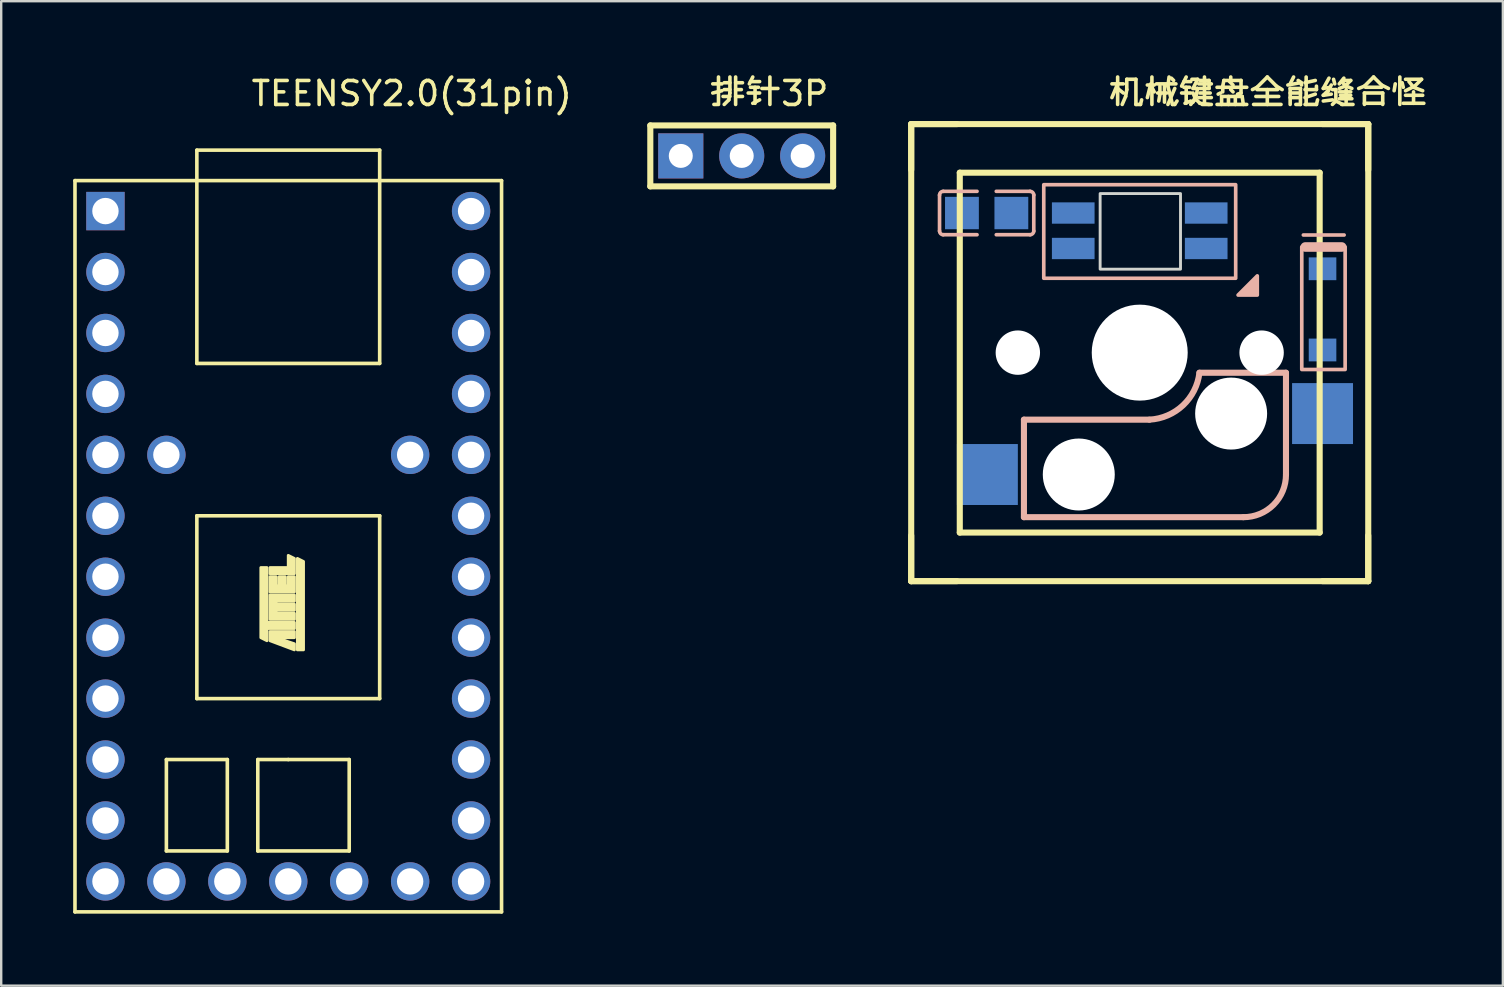
<source format=kicad_pcb>
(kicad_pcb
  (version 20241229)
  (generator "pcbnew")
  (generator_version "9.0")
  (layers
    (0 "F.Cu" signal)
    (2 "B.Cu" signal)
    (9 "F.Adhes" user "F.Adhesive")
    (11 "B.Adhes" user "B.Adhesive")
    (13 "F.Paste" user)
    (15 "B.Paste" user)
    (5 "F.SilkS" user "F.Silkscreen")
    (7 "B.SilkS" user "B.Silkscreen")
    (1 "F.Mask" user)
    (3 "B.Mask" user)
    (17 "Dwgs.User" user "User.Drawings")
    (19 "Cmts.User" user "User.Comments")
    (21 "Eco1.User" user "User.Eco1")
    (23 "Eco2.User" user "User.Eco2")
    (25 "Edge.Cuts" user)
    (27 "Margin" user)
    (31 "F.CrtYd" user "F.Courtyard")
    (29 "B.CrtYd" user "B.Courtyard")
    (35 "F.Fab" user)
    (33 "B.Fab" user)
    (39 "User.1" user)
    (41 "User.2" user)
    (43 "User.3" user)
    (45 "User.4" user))
  (footprint "TEENSY2.0(31pin)"
    (layer "F.Cu")
    (at 1.345 5.748)
    (property "Reference" "TEENSY2.0(31pin)" (at 6 -4.9 0) (layer "F.SilkS") (effects (font (size 1 1) (thickness 0.15)) (justify left)))
    (attr through_hole)
    (fp_line (start -1.27 -1.27) (end 16.51 -1.27) (stroke (width 0.15) (type solid)) (layer "F.SilkS"))
    (fp_line (start -1.27 29.21) (end -1.27 -1.27) (stroke (width 0.15) (type solid)) (layer "F.SilkS"))
    (fp_line (start 2.54 22.86) (end 2.54 26.67) (stroke (width 0.15) (type solid)) (layer "F.SilkS"))
    (fp_line (start 2.54 26.67) (end 5.08 26.67) (stroke (width 0.15) (type solid)) (layer "F.SilkS"))
    (fp_line (start 3.81 -2.54) (end 11.43 -2.54) (stroke (width 0.15) (type solid)) (layer "F.SilkS"))
    (fp_line (start 3.81 6.35) (end 3.81 -2.54) (stroke (width 0.15) (type solid)) (layer "F.SilkS"))
    (fp_line (start 3.81 12.7) (end 3.81 20.32) (stroke (width 0.15) (type solid)) (layer "F.SilkS"))
    (fp_line (start 3.81 20.32) (end 11.43 20.32) (stroke (width 0.15) (type solid)) (layer "F.SilkS"))
    (fp_line (start 5.08 22.86) (end 2.54 22.86) (stroke (width 0.15) (type solid)) (layer "F.SilkS"))
    (fp_line (start 5.08 26.67) (end 5.08 22.86) (stroke (width 0.15) (type solid)) (layer "F.SilkS"))
    (fp_line (start 6.35 22.86) (end 6.35 26.67) (stroke (width 0.15) (type solid)) (layer "F.SilkS"))
    (fp_line (start 6.35 26.67) (end 10.16 26.67) (stroke (width 0.15) (type solid)) (layer "F.SilkS"))
    (fp_line (start 7.62 22.86) (end 6.35 22.86) (stroke (width 0.15) (type solid)) (layer "F.SilkS"))
    (fp_line (start 10.16 22.86) (end 7.62 22.86) (stroke (width 0.15) (type solid)) (layer "F.SilkS"))
    (fp_line (start 10.16 26.67) (end 10.16 22.86) (stroke (width 0.15) (type solid)) (layer "F.SilkS"))
    (fp_line (start 11.43 -2.54) (end 11.43 6.35) (stroke (width 0.15) (type solid)) (layer "F.SilkS"))
    (fp_line (start 11.43 6.35) (end 3.81 6.35) (stroke (width 0.15) (type solid)) (layer "F.SilkS"))
    (fp_line (start 11.43 12.7) (end 3.81 12.7) (stroke (width 0.15) (type solid)) (layer "F.SilkS"))
    (fp_line (start 11.43 20.32) (end 11.43 12.7) (stroke (width 0.15) (type solid)) (layer "F.SilkS"))
    (fp_line (start 16.51 -1.27) (end 16.51 29.21) (stroke (width 0.15) (type solid)) (layer "F.SilkS"))
    (fp_line (start 16.51 29.21) (end -1.27 29.21) (stroke (width 0.15) (type solid)) (layer "F.SilkS"))
    (fp_poly (pts (xy 8.001 18.288) (xy 8.001 14.478) (xy 8.255 14.605) (xy 8.255 18.288)) (stroke (width 0.12) (type solid)) (fill yes) (layer "F.SilkS"))
    (fp_poly (pts (xy 6.858 15.113) (xy 7.874 15.113) (xy 7.874 14.478) (xy 7.62 14.351) (xy 7.62 14.859) (xy 6.858 14.859)) (stroke (width 0.12) (type solid)) (fill yes) (layer "F.SilkS"))
    (fp_poly (pts (xy 7.874 17.526) (xy 6.858 17.526) (xy 6.858 17.907) (xy 7.874 18.288) (xy 7.874 18.034) (xy 7.112 17.78) (xy 7.874 17.78)) (stroke (width 0.12) (type solid)) (fill yes) (layer "F.SilkS"))
    (fp_poly (pts (xy 6.731 14.859) (xy 6.731 17.145) (xy 7.874 17.145) (xy 7.874 17.399) (xy 6.731 17.399) (xy 6.731 17.907) (xy 6.477 17.78) (xy 6.477 14.859)) (stroke (width 0.12) (type solid)) (fill yes) (layer "F.SilkS"))
    (fp_poly (pts (xy 6.858 15.875) (xy 6.858 15.24) (xy 7.112 15.24) (xy 7.112 15.621) (xy 7.239 15.621) (xy 7.239 15.24) (xy 7.493 15.24) (xy 7.493 15.621) (xy 7.62 15.621) (xy 7.62 15.24) (xy 7.874 15.24) (xy 7.874 15.875)) (stroke (width 0.12) (type solid)) (fill yes) (layer "F.SilkS"))
    (fp_poly (pts (xy 7.874 16.002) (xy 6.858 16.002) (xy 6.858 17.018) (xy 7.874 17.018) (xy 7.874 16.764) (xy 7.112 16.764) (xy 7.112 16.637) (xy 7.874 16.637) (xy 7.874 16.383) (xy 7.112 16.383) (xy 7.112 16.256) (xy 7.874 16.256)) (stroke (width 0.12) (type solid)) (fill yes) (layer "F.SilkS"))
    (pad "1" thru_hole rect (at 0 0 270) (size 1.6 1.6) (drill oval 1.1) (layers "*.Cu" "*.Mask"))
    (pad "2" thru_hole circle (at 0 2.54 270) (size 1.6 1.6) (drill oval 1.1) (layers "*.Cu" "*.Mask"))
    (pad "3" thru_hole circle (at 0 5.08 270) (size 1.6 1.6) (drill oval 1.1) (layers "*.Cu" "*.Mask"))
    (pad "4" thru_hole circle (at 0 7.62 270) (size 1.6 1.6) (drill oval 1.1) (layers "*.Cu" "*.Mask"))
    (pad "5" thru_hole circle (at 0 10.16 270) (size 1.6 1.6) (drill oval 1.1) (layers "*.Cu" "*.Mask"))
    (pad "6" thru_hole circle (at 0 12.7 270) (size 1.6 1.6) (drill oval 1.1) (layers "*.Cu" "*.Mask"))
    (pad "7" thru_hole circle (at 0 15.24 270) (size 1.6 1.6) (drill oval 1.1) (layers "*.Cu" "*.Mask"))
    (pad "8" thru_hole circle (at 0 17.78 270) (size 1.6 1.6) (drill oval 1.1) (layers "*.Cu" "*.Mask"))
    (pad "9" thru_hole circle (at 0 20.32 270) (size 1.6 1.6) (drill oval 1.1) (layers "*.Cu" "*.Mask"))
    (pad "10" thru_hole circle (at 0 22.86 270) (size 1.6 1.6) (drill oval 1.1) (layers "*.Cu" "*.Mask"))
    (pad "11" thru_hole circle (at 0 25.4 270) (size 1.6 1.6) (drill oval 1.1) (layers "*.Cu" "*.Mask"))
    (pad "12" thru_hole circle (at 0 27.94 270) (size 1.6 1.6) (drill oval 1.1) (layers "*.Cu" "*.Mask"))
    (pad "13" thru_hole circle (at 2.54 27.94 270) (size 1.6 1.6) (drill oval 1.1) (layers "*.Cu" "*.Mask"))
    (pad "14" thru_hole circle (at 5.08 27.94 270) (size 1.6 1.6) (drill oval 1.1) (layers "*.Cu" "*.Mask"))
    (pad "15" thru_hole circle (at 7.62 27.94 270) (size 1.6 1.6) (drill oval 1.1) (layers "*.Cu" "*.Mask"))
    (pad "16" thru_hole circle (at 10.16 27.94 270) (size 1.6 1.6) (drill oval 1.1) (layers "*.Cu" "*.Mask"))
    (pad "17" thru_hole circle (at 12.7 27.94 270) (size 1.6 1.6) (drill oval 1.1) (layers "*.Cu" "*.Mask"))
    (pad "18" thru_hole circle (at 15.24 27.94 270) (size 1.6 1.6) (drill oval 1.1) (layers "*.Cu" "*.Mask"))
    (pad "19" thru_hole circle (at 15.24 25.4 270) (size 1.6 1.6) (drill oval 1.1) (layers "*.Cu" "*.Mask"))
    (pad "20" thru_hole circle (at 15.24 22.86 270) (size 1.6 1.6) (drill oval 1.1) (layers "*.Cu" "*.Mask"))
    (pad "21" thru_hole circle (at 15.24 20.32 270) (size 1.6 1.6) (drill oval 1.1) (layers "*.Cu" "*.Mask"))
    (pad "22" thru_hole circle (at 15.24 17.78 270) (size 1.6 1.6) (drill oval 1.1) (layers "*.Cu" "*.Mask"))
    (pad "23" thru_hole circle (at 15.24 15.24 270) (size 1.6 1.6) (drill oval 1.1) (layers "*.Cu" "*.Mask"))
    (pad "24" thru_hole circle (at 15.24 12.7 270) (size 1.6 1.6) (drill oval 1.1) (layers "*.Cu" "*.Mask"))
    (pad "25" thru_hole circle (at 15.24 10.16 270) (size 1.6 1.6) (drill oval 1.1) (layers "*.Cu" "*.Mask"))
    (pad "26" thru_hole circle (at 15.24 7.62 270) (size 1.6 1.6) (drill oval 1.1) (layers "*.Cu" "*.Mask"))
    (pad "27" thru_hole circle (at 15.24 5.08 270) (size 1.6 1.6) (drill oval 1.1) (layers "*.Cu" "*.Mask"))
    (pad "28" thru_hole circle (at 15.24 2.54 270) (size 1.6 1.6) (drill oval 1.1) (layers "*.Cu" "*.Mask"))
    (pad "29" thru_hole circle (at 15.24 0 270) (size 1.6 1.6) (drill oval 1.1) (layers "*.Cu" "*.Mask"))
    (pad "30" thru_hole circle (at 2.54 10.16 270) (size 1.6 1.6) (drill oval 1.1) (layers "*.Cu" "*.Mask"))
    (pad "31" thru_hole circle (at 12.7 10.16 270) (size 1.6 1.6) (drill oval 1.1) (layers "*.Cu" "*.Mask")))
  (footprint "排针3P"
    (layer "F.Cu")
    (at 27.865 3.448)
    (property "Reference" "排针3P" (at -1.4 -2.6 0) (layer "F.SilkS") (effects (font (size 1 1) (thickness 0.15)) (justify left)))
    (attr through_hole)
    (fp_line (start -3.81 -1.27) (end 3.81 -1.27) (stroke (width 0.254) (type solid)) (layer "F.SilkS"))
    (fp_line (start -3.81 1.27) (end -3.81 -1.27) (stroke (width 0.254) (type solid)) (layer "F.SilkS"))
    (fp_line (start 3.81 -1.27) (end 3.81 1.27) (stroke (width 0.254) (type solid)) (layer "F.SilkS"))
    (fp_line (start 3.81 1.27) (end -3.81 1.27) (stroke (width 0.254) (type solid)) (layer "F.SilkS"))
    (pad "1" thru_hole rect (at -2.54 0) (size 1.88 1.88) (drill 1) (layers "*.Cu" "*.Mask"))
    (pad "2" thru_hole circle (at 0 0) (size 1.88 1.88) (drill 1) (layers "*.Cu" "*.Mask"))
    (pad "3" thru_hole circle (at 2.54 0) (size 1.88 1.88) (drill 1) (layers "*.Cu" "*.Mask")))
  (footprint "机械键盘全能缝合怪"
    (layer "F.Cu")
    (at 44.454 11.648)
    (property "Reference" "机械键盘全能缝合怪" (at -1.4 -10.8 0) (layer "F.SilkS") (effects (font (size 1 1) (thickness 0.15)) (justify left)))
    (attr through_hole)
    (fp_line (start -9.525 -9.525) (end -7.62 -9.525) (stroke (width 0.254) (type solid)) (layer "F.SilkS"))
    (fp_line (start -9.525 -9.525) (end 9.525 -9.525) (stroke (width 0.254) (type solid)) (layer "F.SilkS"))
    (fp_line (start -9.525 -7.62) (end -9.525 -9.525) (stroke (width 0.254) (type solid)) (layer "F.SilkS"))
    (fp_line (start -9.525 9.525) (end -9.525 -9.525) (stroke (width 0.254) (type solid)) (layer "F.SilkS"))
    (fp_line (start -9.525 9.525) (end -9.525 7.62) (stroke (width 0.254) (type solid)) (layer "F.SilkS"))
    (fp_line (start -7.62 9.525) (end -9.525 9.525) (stroke (width 0.254) (type solid)) (layer "F.SilkS"))
    (fp_line (start -7.5 -7.5) (end 7.5 -7.5) (stroke (width 0.254) (type solid)) (layer "F.SilkS"))
    (fp_line (start -7.5 7.5) (end -7.5 -7.5) (stroke (width 0.254) (type solid)) (layer "F.SilkS"))
    (fp_line (start -7.5 7.5) (end 7.5 7.5) (stroke (width 0.254) (type solid)) (layer "F.SilkS"))
    (fp_line (start 7.5 7.5) (end 7.5 -7.5) (stroke (width 0.254) (type solid)) (layer "F.SilkS"))
    (fp_line (start 7.62 -9.525) (end 9.525 -9.525) (stroke (width 0.254) (type solid)) (layer "F.SilkS"))
    (fp_line (start 9.525 -9.525) (end 9.525 -7.62) (stroke (width 0.254) (type solid)) (layer "F.SilkS"))
    (fp_line (start 9.525 -9.525) (end 9.525 9.525) (stroke (width 0.254) (type solid)) (layer "F.SilkS"))
    (fp_line (start 9.525 7.62) (end 9.525 9.525) (stroke (width 0.254) (type solid)) (layer "F.SilkS"))
    (fp_line (start 9.525 9.525) (end -9.525 9.525) (stroke (width 0.254) (type solid)) (layer "F.SilkS"))
    (fp_line (start 9.525 9.525) (end 7.62 9.525) (stroke (width 0.254) (type solid)) (layer "F.SilkS"))
    (fp_line (start -8.344 -5.068) (end -8.344 -6.57) (stroke (width 0.152) (type solid)) (layer "B.SilkS"))
    (fp_line (start -8.191 -6.723) (end -6.781 -6.723) (stroke (width 0.152) (type solid)) (layer "B.SilkS"))
    (fp_line (start -6.781 -4.915) (end -8.191 -4.915) (stroke (width 0.152) (type solid)) (layer "B.SilkS"))
    (fp_line (start -5.979 -4.915) (end -4.569 -4.915) (stroke (width 0.152) (type solid)) (layer "B.SilkS"))
    (fp_line (start -4.826 2.794) (end -4.826 6.858) (stroke (width 0.254) (type solid)) (layer "B.SilkS"))
    (fp_line (start -4.826 2.794) (end 0.406 2.794) (stroke (width 0.254) (type solid)) (layer "B.SilkS"))
    (fp_line (start -4.569 -6.723) (end -5.979 -6.723) (stroke (width 0.152) (type solid)) (layer "B.SilkS"))
    (fp_line (start -4.416 -5.068) (end -4.416 -6.57) (stroke (width 0.152) (type solid)) (layer "B.SilkS"))
    (fp_line (start 2.489 0.838) (end 6.096 0.838) (stroke (width 0.254) (type solid)) (layer "B.SilkS"))
    (fp_line (start 4.318 6.858) (end -4.826 6.858) (stroke (width 0.254) (type solid)) (layer "B.SilkS"))
    (fp_line (start 6.096 0.838) (end 6.096 5.08) (stroke (width 0.254) (type solid)) (layer "B.SilkS"))
    (fp_line (start 6.82 -4.903) (end 8.52 -4.903) (stroke (width 0.152) (type solid)) (layer "B.SilkS"))
    (fp_line (start 6.9 -4.403) (end 8.42 -4.403) (stroke (width 0.4) (type solid)) (layer "B.SilkS"))
    (fp_rect (start -4 -7) (end 4 -3.1) (stroke (width 0.152) (type solid)) (fill no) (layer "B.SilkS"))
    (fp_rect (start 6.754 0.703) (end 8.562 -4.403) (stroke (width 0.152) (type solid)) (fill no) (layer "B.SilkS"))
    (fp_arc (start -8.344 -6.57) (mid -8.299187 -6.678187) (end -8.191 -6.723) (stroke (width 0.152) (type solid)) (layer "B.SilkS"))
    (fp_arc (start -8.191 -4.915) (mid -8.299187 -4.959813) (end -8.344 -5.068) (stroke (width 0.152) (type solid)) (layer "B.SilkS"))
    (fp_arc (start -4.569 -6.723) (mid -4.460813 -6.678187) (end -4.416 -6.57) (stroke (width 0.152) (type solid)) (layer "B.SilkS"))
    (fp_arc (start -4.416 -5.068) (mid -4.460813 -4.959813) (end -4.569 -4.915) (stroke (width 0.152) (type solid)) (layer "B.SilkS"))
    (fp_arc (start 2.489 0.838) (mid 1.804513 2.195515) (end 0.406527 2.793013) (stroke (width 0.254) (type solid)) (layer "B.SilkS"))
    (fp_arc (start 6.096 5.08) (mid 5.578362 6.339802) (end 4.318792 6.858004) (stroke (width 0.254) (type solid)) (layer "B.SilkS"))
    (fp_poly (pts (xy 4.9 -2.4) (xy 4.1 -2.4) (xy 4.9 -3.2)) (stroke (width 0.152) (type solid)) (fill yes) (layer "B.SilkS"))
    (fp_rect (start -1.65 -6.63) (end 1.7 -3.48) (stroke (width 0.12) (type solid)) (fill no) (layer "Edge.Cuts"))
    (pad "" np_thru_hole circle (at -5.08 0) (size 1.85 1.85) (drill 1.85) (layers "*.Cu" "*.Mask"))
    (pad "" np_thru_hole circle (at -2.54 5.08) (size 3 3) (drill 3) (layers "*.Cu" "*.Mask"))
    (pad "" np_thru_hole circle (at 0 0) (size 4 4) (drill 4) (layers "*.Cu" "*.Mask"))
    (pad "" np_thru_hole circle (at 3.81 2.54) (size 3 3) (drill 3) (layers "*.Cu" "*.Mask"))
    (pad "" np_thru_hole circle (at 5.08 0) (size 1.85 1.85) (drill 1.85) (layers "*.Cu" "*.Mask"))
    (pad "1" smd rect (at -5.35 -5.819) (size 1.41 1.35) (layers "B.Cu" "B.Mask" "B.Paste"))
    (pad "1" smd rect (at -2.771 -5.819) (size 1.778 0.889) (layers "B.Cu" "B.Mask" "B.Paste"))
    (pad "2" smd rect (at -2.771 -4.341) (size 1.778 0.889) (layers "B.Cu" "B.Mask" "B.Paste"))
    (pad "3" smd rect (at -6.35 5.08) (size 2.54 2.54) (layers "B.Cu" "B.Mask" "B.Paste"))
    (pad "4" smd rect (at 7.62 -3.495 90) (size 0.95 1.15) (layers "B.Cu" "B.Mask" "B.Paste"))
    (pad "5" smd rect (at -7.41 -5.819) (size 1.41 1.35) (layers "B.Cu" "B.Mask" "B.Paste"))
    (pad "5" smd rect (at 2.771 -4.341) (size 1.778 0.889) (layers "B.Cu" "B.Mask" "B.Paste"))
    (pad "6" smd rect (at 2.771 -5.819) (size 1.778 0.889) (layers "B.Cu" "B.Mask" "B.Paste"))
    (pad "7" smd rect (at 7.62 -0.111 90) (size 0.95 1.15) (layers "B.Cu" "B.Mask" "B.Paste"))
    (pad "7" smd rect (at 7.62 2.54) (size 2.54 2.54) (layers "B.Cu" "B.Mask" "B.Paste")))
  (gr_rect
    (start -3 -3)
    (end 59.59 38.033)
    (stroke (width 0.1) (type default))
    (fill no)
    (layer "Edge.Cuts")))
</source>
